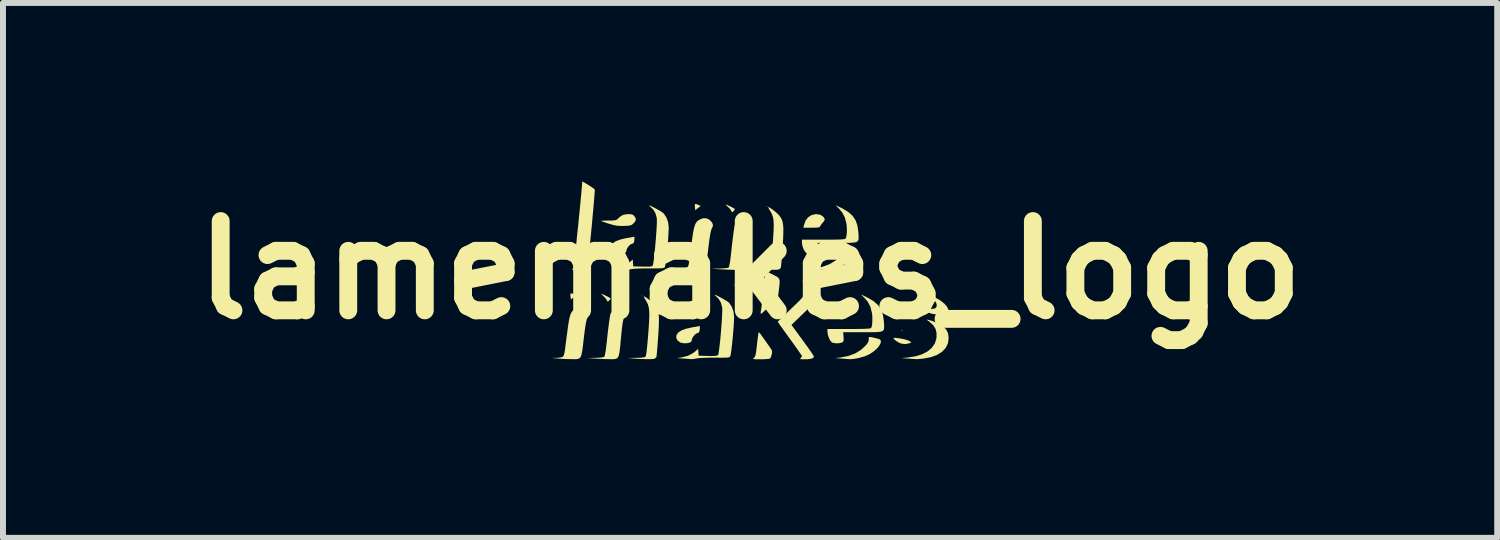
<source format=kicad_pcb>
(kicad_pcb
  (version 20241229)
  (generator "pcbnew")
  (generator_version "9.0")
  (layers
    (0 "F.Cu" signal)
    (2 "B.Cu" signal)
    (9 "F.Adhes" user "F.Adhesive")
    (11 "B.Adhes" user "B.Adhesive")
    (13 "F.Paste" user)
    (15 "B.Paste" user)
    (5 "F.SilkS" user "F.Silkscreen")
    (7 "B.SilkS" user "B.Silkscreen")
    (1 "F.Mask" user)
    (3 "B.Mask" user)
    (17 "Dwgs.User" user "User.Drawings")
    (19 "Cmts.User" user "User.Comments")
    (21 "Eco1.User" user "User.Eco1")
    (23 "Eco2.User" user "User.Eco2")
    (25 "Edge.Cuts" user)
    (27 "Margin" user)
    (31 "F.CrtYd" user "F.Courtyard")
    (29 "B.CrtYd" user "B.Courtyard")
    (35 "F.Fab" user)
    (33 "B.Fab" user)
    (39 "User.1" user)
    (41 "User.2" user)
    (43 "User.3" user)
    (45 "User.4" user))
  (footprint "lamemakes_logo"
    (layer "F.Cu")
    (at 9.55 1.485)
    (property "Reference" "lamemakes_logo" (at 0 0 0) (layer "F.SilkS") (effects (font (size 1.5 1.5) (thickness 0.3))))
    (attr board_only exclude_from_pos_files exclude_from_bom)
    (fp_poly (pts (xy -1.809 0.435) (xy -1.815 0.442) (xy -1.822 0.435) (xy -1.815 0.429)) (stroke (width 0) (type solid)) (fill yes) (layer "F.SilkS"))
    (fp_poly (pts (xy 0.281 -1.065) (xy 0.275 -1.058) (xy 0.268 -1.065) (xy 0.275 -1.072)) (stroke (width 0) (type solid)) (fill yes) (layer "F.SilkS"))
    (fp_poly (pts (xy 2.545 1.011) (xy 2.539 1.018) (xy 2.532 1.011) (xy 2.539 1.005)) (stroke (width 0) (type solid)) (fill yes) (layer "F.SilkS"))
    (fp_poly (pts (xy 2.572 1.011) (xy 2.565 1.018) (xy 2.559 1.011) (xy 2.565 1.005)) (stroke (width 0) (type solid)) (fill yes) (layer "F.SilkS"))
    (fp_poly (pts (xy -2.991 0.395) (xy -2.961 0.406) (xy -2.919 0.424) (xy -2.965 0.46) (xy -3.011 0.495) (xy -3.017 0.442) (xy -3.019 0.406) (xy -3.012 0.392)) (stroke (width 0) (type solid)) (fill yes) (layer "F.SilkS"))
    (fp_poly (pts (xy -0.901 -1.106) (xy -0.872 -1.094) (xy -0.829 -1.076) (xy -0.875 -1.041) (xy -0.922 -1.005) (xy -0.927 -1.059) (xy -0.929 -1.094) (xy -0.922 -1.109)) (stroke (width 0) (type solid)) (fill yes) (layer "F.SilkS"))
    (fp_poly (pts (xy 2.459 1.142) (xy 2.515 1.149) (xy 2.573 1.16) (xy 2.625 1.174) (xy 2.664 1.187) (xy 2.677 1.194) (xy 2.709 1.219) (xy 2.673 1.232) (xy 2.607 1.245) (xy 2.538 1.236) (xy 2.512 1.226) (xy 2.476 1.207) (xy 2.443 1.184) (xy 2.419 1.162) (xy 2.408 1.146) (xy 2.414 1.139)) (stroke (width 0) (type solid)) (fill yes) (layer "F.SilkS"))
    (fp_poly (pts (xy -2.48 0.407) (xy -2.447 0.421) (xy -2.409 0.44) (xy -2.374 0.458) (xy -2.35 0.473) (xy -2.344 0.479) (xy -2.353 0.497) (xy -2.37 0.515) (xy -2.389 0.53) (xy -2.399 0.525) (xy -2.404 0.511) (xy -2.419 0.486) (xy -2.447 0.455) (xy -2.459 0.443) (xy -2.485 0.419) (xy -2.499 0.404) (xy -2.499 0.402)) (stroke (width 0) (type solid)) (fill yes) (layer "F.SilkS"))
    (fp_poly (pts (xy -0.39 -1.093) (xy -0.357 -1.079) (xy -0.319 -1.061) (xy -0.284 -1.042) (xy -0.26 -1.027) (xy -0.255 -1.021) (xy -0.264 -1.004) (xy -0.28 -0.986) (xy -0.299 -0.971) (xy -0.309 -0.975) (xy -0.314 -0.99) (xy -0.329 -1.015) (xy -0.357 -1.046) (xy -0.37 -1.058) (xy -0.396 -1.081) (xy -0.409 -1.096) (xy -0.409 -1.099)) (stroke (width 0) (type solid)) (fill yes) (layer "F.SilkS"))
    (fp_poly (pts (xy 1.177 -0.928) (xy 1.225 -0.898) (xy 1.247 -0.869) (xy 1.254 -0.846) (xy 1.244 -0.824) (xy 1.229 -0.806) (xy 1.201 -0.773) (xy 1.181 -0.741) (xy 1.18 -0.74) (xy 1.171 -0.726) (xy 1.158 -0.718) (xy 1.135 -0.713) (xy 1.097 -0.711) (xy 1.038 -0.71) (xy 1.03 -0.71) (xy 0.895 -0.71) (xy 0.905 -0.754) (xy 0.931 -0.828) (xy 0.975 -0.885) (xy 1.034 -0.923) (xy 1.103 -0.938) (xy 1.111 -0.938)) (stroke (width 0) (type solid)) (fill yes) (layer "F.SilkS"))
    (fp_poly (pts (xy 1.606 0.573) (xy 1.654 0.603) (xy 1.676 0.632) (xy 1.682 0.654) (xy 1.673 0.677) (xy 1.657 0.695) (xy 1.63 0.728) (xy 1.609 0.759) (xy 1.609 0.76) (xy 1.6 0.774) (xy 1.587 0.783) (xy 1.564 0.788) (xy 1.525 0.79) (xy 1.467 0.79) (xy 1.459 0.79) (xy 1.324 0.79) (xy 1.333 0.747) (xy 1.36 0.673) (xy 1.404 0.615) (xy 1.462 0.578) (xy 1.532 0.563) (xy 1.54 0.563)) (stroke (width 0) (type solid)) (fill yes) (layer "F.SilkS"))
    (fp_poly (pts (xy 2.708 0.566) (xy 2.748 0.58) (xy 2.786 0.604) (xy 2.842 0.645) (xy 2.806 0.678) (xy 2.781 0.709) (xy 2.775 0.742) (xy 2.776 0.751) (xy 2.778 0.778) (xy 2.774 0.789) (xy 2.774 0.789) (xy 2.756 0.785) (xy 2.74 0.781) (xy 2.645 0.756) (xy 2.576 0.728) (xy 2.534 0.697) (xy 2.518 0.663) (xy 2.527 0.626) (xy 2.551 0.596) (xy 2.578 0.575) (xy 2.609 0.565) (xy 2.657 0.563)) (stroke (width 0) (type solid)) (fill yes) (layer "F.SilkS"))
    (fp_poly (pts (xy -1.943 -0.522) (xy -1.948 -0.473) (xy -1.964 -0.446) (xy -1.978 -0.442) (xy -2.006 -0.431) (xy -2.036 -0.404) (xy -2.062 -0.37) (xy -2.076 -0.337) (xy -2.076 -0.329) (xy -2.086 -0.298) (xy -2.111 -0.281) (xy -2.164 -0.27) (xy -2.222 -0.271) (xy -2.272 -0.283) (xy -2.277 -0.285) (xy -2.318 -0.318) (xy -2.338 -0.36) (xy -2.334 -0.407) (xy -2.333 -0.411) (xy -2.304 -0.451) (xy -2.255 -0.484) (xy -2.181 -0.511) (xy -2.083 -0.534) (xy -2.076 -0.535) (xy -1.943 -0.559)) (stroke (width 0) (type solid)) (fill yes) (layer "F.SilkS"))
    (fp_poly (pts (xy -0.844 0.979) (xy -0.85 1.028) (xy -0.866 1.054) (xy -0.88 1.058) (xy -0.907 1.069) (xy -0.937 1.096) (xy -0.963 1.13) (xy -0.977 1.164) (xy -0.978 1.172) (xy -0.987 1.203) (xy -1.012 1.219) (xy -1.065 1.231) (xy -1.124 1.23) (xy -1.174 1.218) (xy -1.178 1.215) (xy -1.22 1.183) (xy -1.24 1.14) (xy -1.236 1.093) (xy -1.234 1.089) (xy -1.206 1.05) (xy -1.156 1.017) (xy -1.083 0.989) (xy -0.985 0.966) (xy -0.977 0.965) (xy -0.844 0.941)) (stroke (width 0) (type solid)) (fill yes) (layer "F.SilkS"))
    (fp_poly (pts (xy 3.108 0.462) (xy 3.196 0.512) (xy 3.264 0.566) (xy 3.311 0.621) (xy 3.334 0.675) (xy 3.336 0.695) (xy 3.328 0.721) (xy 3.303 0.737) (xy 3.258 0.746) (xy 3.189 0.749) (xy 3.179 0.749) (xy 3.117 0.746) (xy 3.062 0.737) (xy 3.004 0.719) (xy 2.961 0.703) (xy 2.847 0.658) (xy 2.975 0.657) (xy 3.043 0.655) (xy 3.089 0.65) (xy 3.117 0.639) (xy 3.13 0.62) (xy 3.135 0.592) (xy 3.135 0.586) (xy 3.126 0.553) (xy 3.1 0.513) (xy 3.071 0.48) (xy 3.008 0.412)) (stroke (width 0) (type solid)) (fill yes) (layer "F.SilkS"))
    (fp_poly (pts (xy 0.263 0.019) (xy 0.295 0.034) (xy 0.34 0.056) (xy 0.375 0.074) (xy 0.425 0.099) (xy 0.46 0.119) (xy 0.482 0.14) (xy 0.494 0.167) (xy 0.497 0.204) (xy 0.493 0.257) (xy 0.484 0.33) (xy 0.482 0.349) (xy 0.468 0.462) (xy 0.331 0.599) (xy 0.282 0.648) (xy 0.239 0.69) (xy 0.206 0.72) (xy 0.186 0.735) (xy 0.183 0.737) (xy 0.177 0.726) (xy 0.179 0.7) (xy 0.185 0.665) (xy 0.193 0.61) (xy 0.201 0.542) (xy 0.21 0.465) (xy 0.22 0.382) (xy 0.229 0.299) (xy 0.237 0.22) (xy 0.243 0.15) (xy 0.248 0.093) (xy 0.25 0.054) (xy 0.25 0.039) (xy 0.247 0.018) (xy 0.249 0.013)) (stroke (width 0) (type solid)) (fill yes) (layer "F.SilkS"))
    (fp_poly (pts (xy 1.602 -0.373) (xy 1.648 -0.363) (xy 1.692 -0.352) (xy 1.731 -0.343) (xy 1.732 -0.343) (xy 1.76 -0.327) (xy 1.769 -0.299) (xy 1.76 -0.263) (xy 1.736 -0.221) (xy 1.697 -0.176) (xy 1.648 -0.133) (xy 1.589 -0.093) (xy 1.544 -0.069) (xy 1.482 -0.046) (xy 1.41 -0.025) (xy 1.337 -0.01) (xy 1.272 -0.003) (xy 1.239 -0.003) (xy 1.213 -0.005) (xy 1.17 -0.008) (xy 1.116 -0.012) (xy 1.105 -0.013) (xy 0.998 -0.02) (xy 1.086 -0.029) (xy 1.218 -0.054) (xy 1.336 -0.098) (xy 1.437 -0.16) (xy 1.52 -0.239) (xy 1.527 -0.248) (xy 1.556 -0.291) (xy 1.565 -0.327) (xy 1.564 -0.338) (xy 1.564 -0.362) (xy 1.575 -0.374)) (stroke (width 0) (type solid)) (fill yes) (layer "F.SilkS"))
    (fp_poly (pts (xy 2.03 1.127) (xy 2.076 1.137) (xy 2.12 1.148) (xy 2.16 1.158) (xy 2.16 1.158) (xy 2.189 1.174) (xy 2.198 1.201) (xy 2.189 1.238) (xy 2.164 1.28) (xy 2.126 1.324) (xy 2.077 1.368) (xy 2.018 1.407) (xy 1.972 1.431) (xy 1.911 1.455) (xy 1.839 1.475) (xy 1.766 1.49) (xy 1.701 1.498) (xy 1.668 1.498) (xy 1.642 1.496) (xy 1.598 1.493) (xy 1.545 1.489) (xy 1.534 1.488) (xy 1.427 1.48) (xy 1.515 1.471) (xy 1.646 1.446) (xy 1.764 1.402) (xy 1.866 1.34) (xy 1.949 1.261) (xy 1.956 1.252) (xy 1.985 1.209) (xy 1.994 1.173) (xy 1.993 1.162) (xy 1.992 1.138) (xy 2.003 1.127)) (stroke (width 0) (type solid)) (fill yes) (layer "F.SilkS"))
    (fp_poly (pts (xy -2.001 -0.936) (xy -1.973 -0.929) (xy -1.953 -0.913) (xy -1.943 -0.902) (xy -1.921 -0.866) (xy -1.92 -0.834) (xy -1.942 -0.8) (xy -1.957 -0.784) (xy -1.978 -0.765) (xy -1.999 -0.753) (xy -2.026 -0.746) (xy -2.066 -0.742) (xy -2.121 -0.74) (xy -2.188 -0.74) (xy -2.244 -0.745) (xy -2.3 -0.756) (xy -2.368 -0.776) (xy -2.369 -0.776) (xy -2.423 -0.794) (xy -2.467 -0.809) (xy -2.495 -0.819) (xy -2.502 -0.823) (xy -2.493 -0.826) (xy -2.462 -0.829) (xy -2.416 -0.83) (xy -2.38 -0.831) (xy -2.319 -0.831) (xy -2.278 -0.834) (xy -2.252 -0.839) (xy -2.233 -0.85) (xy -2.221 -0.861) (xy -2.172 -0.904) (xy -2.126 -0.928) (xy -2.07 -0.937) (xy -2.047 -0.938)) (stroke (width 0) (type solid)) (fill yes) (layer "F.SilkS"))
    (fp_poly (pts (xy -0.903 0.564) (xy -0.874 0.571) (xy -0.854 0.587) (xy -0.845 0.598) (xy -0.823 0.635) (xy -0.822 0.667) (xy -0.844 0.701) (xy -0.859 0.717) (xy -0.88 0.736) (xy -0.9 0.748) (xy -0.927 0.755) (xy -0.968 0.758) (xy -1.023 0.76) (xy -1.09 0.76) (xy -1.145 0.755) (xy -1.201 0.744) (xy -1.269 0.725) (xy -1.271 0.724) (xy -1.325 0.707) (xy -1.369 0.692) (xy -1.397 0.681) (xy -1.403 0.678) (xy -1.394 0.674) (xy -1.364 0.672) (xy -1.317 0.67) (xy -1.282 0.67) (xy -1.22 0.669) (xy -1.18 0.667) (xy -1.153 0.661) (xy -1.135 0.651) (xy -1.123 0.64) (xy -1.074 0.596) (xy -1.027 0.573) (xy -0.972 0.563) (xy -0.949 0.563)) (stroke (width 0) (type solid)) (fill yes) (layer "F.SilkS"))
    (fp_poly (pts (xy 0.151 1.048) (xy 0.161 1.059) (xy 0.177 1.079) (xy 0.201 1.113) (xy 0.236 1.161) (xy 0.282 1.227) (xy 0.32 1.28) (xy 0.349 1.323) (xy 0.365 1.352) (xy 0.37 1.376) (xy 0.367 1.403) (xy 0.363 1.419) (xy 0.352 1.457) (xy 0.338 1.484) (xy 0.333 1.489) (xy 0.312 1.493) (xy 0.272 1.497) (xy 0.218 1.5) (xy 0.176 1.5) (xy 0.114 1.5) (xy 0.076 1.499) (xy 0.056 1.496) (xy 0.052 1.491) (xy 0.06 1.482) (xy 0.065 1.477) (xy 0.076 1.464) (xy 0.086 1.445) (xy 0.094 1.414) (xy 0.102 1.368) (xy 0.11 1.301) (xy 0.116 1.249) (xy 0.124 1.179) (xy 0.132 1.119) (xy 0.139 1.074) (xy 0.145 1.049) (xy 0.147 1.045)) (stroke (width 0) (type solid)) (fill yes) (layer "F.SilkS"))
    (fp_poly (pts (xy 2.986 0.836) (xy 3.03 0.848) (xy 3.067 0.86) (xy 3.167 0.9) (xy 3.242 0.946) (xy 3.294 1) (xy 3.325 1.064) (xy 3.335 1.14) (xy 3.335 1.148) (xy 3.323 1.233) (xy 3.286 1.308) (xy 3.227 1.372) (xy 3.146 1.424) (xy 3.046 1.462) (xy 2.927 1.486) (xy 2.914 1.488) (xy 2.861 1.493) (xy 2.817 1.497) (xy 2.79 1.498) (xy 2.786 1.498) (xy 2.764 1.496) (xy 2.723 1.493) (xy 2.671 1.489) (xy 2.653 1.488) (xy 2.539 1.48) (xy 2.646 1.471) (xy 2.774 1.451) (xy 2.886 1.417) (xy 2.978 1.37) (xy 3.05 1.31) (xy 3.101 1.239) (xy 3.128 1.157) (xy 3.132 1.127) (xy 3.131 1.051) (xy 3.114 0.987) (xy 3.078 0.93) (xy 3.021 0.876) (xy 2.974 0.841) (xy 2.968 0.834)) (stroke (width 0) (type solid)) (fill yes) (layer "F.SilkS"))
    (fp_poly (pts (xy -2.129 0.639) (xy -2.104 0.65) (xy -2.067 0.677) (xy -2.055 0.708) (xy -2.069 0.74) (xy -2.081 0.751) (xy -2.098 0.766) (xy -2.112 0.786) (xy -2.123 0.812) (xy -2.133 0.849) (xy -2.142 0.899) (xy -2.151 0.966) (xy -2.16 1.054) (xy -2.171 1.159) (xy -2.18 1.263) (xy -2.189 1.344) (xy -2.198 1.404) (xy -2.209 1.446) (xy -2.225 1.474) (xy -2.247 1.49) (xy -2.276 1.497) (xy -2.315 1.499) (xy -2.366 1.498) (xy -2.376 1.498) (xy -2.451 1.496) (xy -2.536 1.492) (xy -2.612 1.487) (xy -2.619 1.487) (xy -2.74 1.479) (xy -2.606 1.476) (xy -2.547 1.474) (xy -2.497 1.47) (xy -2.463 1.464) (xy -2.452 1.461) (xy -2.445 1.449) (xy -2.438 1.422) (xy -2.429 1.377) (xy -2.42 1.311) (xy -2.409 1.223) (xy -2.397 1.111) (xy -2.397 1.107) (xy -2.386 1.013) (xy -2.375 0.925) (xy -2.365 0.849) (xy -2.355 0.787) (xy -2.347 0.745) (xy -2.342 0.729) (xy -2.305 0.679) (xy -2.252 0.646) (xy -2.191 0.632)) (stroke (width 0) (type solid)) (fill yes) (layer "F.SilkS"))
    (fp_poly (pts (xy -0.039 -0.861) (xy -0.014 -0.851) (xy 0.023 -0.823) (xy 0.035 -0.792) (xy 0.021 -0.761) (xy 0.009 -0.749) (xy -0.008 -0.734) (xy -0.022 -0.715) (xy -0.033 -0.689) (xy -0.043 -0.652) (xy -0.052 -0.602) (xy -0.061 -0.534) (xy -0.071 -0.447) (xy -0.081 -0.342) (xy -0.09 -0.237) (xy -0.099 -0.157) (xy -0.108 -0.097) (xy -0.12 -0.054) (xy -0.135 -0.027) (xy -0.157 -0.01) (xy -0.186 -0.003) (xy -0.225 -0.001) (xy -0.276 -0.002) (xy -0.286 -0.003) (xy -0.361 -0.005) (xy -0.446 -0.009) (xy -0.522 -0.013) (xy -0.529 -0.013) (xy -0.65 -0.022) (xy -0.516 -0.024) (xy -0.457 -0.027) (xy -0.407 -0.031) (xy -0.373 -0.036) (xy -0.362 -0.039) (xy -0.355 -0.051) (xy -0.348 -0.079) (xy -0.339 -0.124) (xy -0.33 -0.189) (xy -0.32 -0.277) (xy -0.307 -0.389) (xy -0.307 -0.393) (xy -0.296 -0.488) (xy -0.285 -0.575) (xy -0.275 -0.652) (xy -0.265 -0.713) (xy -0.257 -0.755) (xy -0.253 -0.772) (xy -0.215 -0.821) (xy -0.162 -0.854) (xy -0.101 -0.868)) (stroke (width 0) (type solid)) (fill yes) (layer "F.SilkS"))
    (fp_poly (pts (xy -2.777 0.652) (xy -2.735 0.695) (xy -2.726 0.71) (xy -2.715 0.738) (xy -2.715 0.761) (xy -2.728 0.792) (xy -2.732 0.8) (xy -2.743 0.827) (xy -2.753 0.869) (xy -2.764 0.928) (xy -2.776 1.007) (xy -2.789 1.109) (xy -2.794 1.152) (xy -2.806 1.257) (xy -2.816 1.339) (xy -2.827 1.4) (xy -2.839 1.444) (xy -2.855 1.472) (xy -2.877 1.489) (xy -2.906 1.497) (xy -2.944 1.499) (xy -2.994 1.498) (xy -3.012 1.498) (xy -3.083 1.496) (xy -3.156 1.493) (xy -3.22 1.488) (xy -3.235 1.487) (xy -3.329 1.478) (xy -3.246 1.476) (xy -3.189 1.471) (xy -3.152 1.46) (xy -3.144 1.454) (xy -3.137 1.446) (xy -3.131 1.437) (xy -3.126 1.423) (xy -3.12 1.401) (xy -3.114 1.367) (xy -3.107 1.32) (xy -3.099 1.255) (xy -3.088 1.17) (xy -3.074 1.062) (xy -3.073 1.058) (xy -3.059 0.951) (xy -3.046 0.866) (xy -3.033 0.801) (xy -3.019 0.753) (xy -3.003 0.717) (xy -2.984 0.69) (xy -2.961 0.668) (xy -2.949 0.66) (xy -2.889 0.634) (xy -2.83 0.631)) (stroke (width 0) (type solid)) (fill yes) (layer "F.SilkS"))
    (fp_poly (pts (xy -1.767 0.45) (xy -1.732 0.472) (xy -1.691 0.502) (xy -1.65 0.536) (xy -1.615 0.568) (xy -1.595 0.591) (xy -1.572 0.625) (xy -1.555 0.66) (xy -1.543 0.7) (xy -1.535 0.747) (xy -1.531 0.807) (xy -1.532 0.881) (xy -1.535 0.974) (xy -1.542 1.09) (xy -1.544 1.117) (xy -1.551 1.209) (xy -1.557 1.292) (xy -1.563 1.363) (xy -1.568 1.418) (xy -1.572 1.453) (xy -1.574 1.463) (xy -1.593 1.483) (xy -1.612 1.492) (xy -1.643 1.496) (xy -1.695 1.498) (xy -1.762 1.497) (xy -1.838 1.495) (xy -1.917 1.49) (xy -1.956 1.487) (xy -2.056 1.478) (xy -1.914 1.476) (xy -1.845 1.474) (xy -1.798 1.47) (xy -1.769 1.463) (xy -1.755 1.454) (xy -1.749 1.433) (xy -1.741 1.388) (xy -1.733 1.318) (xy -1.724 1.226) (xy -1.714 1.113) (xy -1.711 1.075) (xy -1.702 0.951) (xy -1.696 0.851) (xy -1.693 0.77) (xy -1.694 0.705) (xy -1.698 0.653) (xy -1.707 0.61) (xy -1.719 0.572) (xy -1.736 0.537) (xy -1.754 0.506) (xy -1.775 0.471) (xy -1.787 0.448) (xy -1.788 0.442)) (stroke (width 0) (type solid)) (fill yes) (layer "F.SilkS"))
    (fp_poly (pts (xy 0.323 -1.05) (xy 0.358 -1.028) (xy 0.399 -0.998) (xy 0.44 -0.964) (xy 0.475 -0.932) (xy 0.495 -0.909) (xy 0.518 -0.875) (xy 0.535 -0.84) (xy 0.547 -0.801) (xy 0.555 -0.753) (xy 0.559 -0.694) (xy 0.558 -0.619) (xy 0.555 -0.526) (xy 0.548 -0.41) (xy 0.546 -0.383) (xy 0.539 -0.292) (xy 0.533 -0.208) (xy 0.527 -0.137) (xy 0.522 -0.083) (xy 0.518 -0.048) (xy 0.516 -0.038) (xy 0.497 -0.017) (xy 0.478 -0.008) (xy 0.447 -0.004) (xy 0.395 -0.003) (xy 0.328 -0.003) (xy 0.252 -0.006) (xy 0.172 -0.01) (xy 0.134 -0.013) (xy 0.033 -0.022) (xy 0.176 -0.024) (xy 0.245 -0.027) (xy 0.292 -0.031) (xy 0.321 -0.038) (xy 0.335 -0.047) (xy 0.341 -0.067) (xy 0.349 -0.113) (xy 0.357 -0.182) (xy 0.366 -0.274) (xy 0.376 -0.388) (xy 0.379 -0.425) (xy 0.388 -0.549) (xy 0.394 -0.65) (xy 0.397 -0.731) (xy 0.396 -0.796) (xy 0.392 -0.848) (xy 0.383 -0.891) (xy 0.371 -0.928) (xy 0.354 -0.964) (xy 0.336 -0.994) (xy 0.315 -1.029) (xy 0.303 -1.052) (xy 0.302 -1.058)) (stroke (width 0) (type solid)) (fill yes) (layer "F.SilkS"))
    (fp_poly (pts (xy -0.687 -0.848) (xy -0.645 -0.805) (xy -0.636 -0.79) (xy -0.625 -0.763) (xy -0.625 -0.74) (xy -0.638 -0.708) (xy -0.642 -0.701) (xy -0.653 -0.673) (xy -0.664 -0.632) (xy -0.674 -0.573) (xy -0.686 -0.493) (xy -0.699 -0.391) (xy -0.704 -0.348) (xy -0.716 -0.249) (xy -0.725 -0.173) (xy -0.734 -0.117) (xy -0.741 -0.077) (xy -0.749 -0.051) (xy -0.757 -0.034) (xy -0.766 -0.023) (xy -0.781 -0.014) (xy -0.805 -0.008) (xy -0.84 -0.004) (xy -0.89 -0.002) (xy -0.957 -0.003) (xy -1.043 -0.006) (xy -1.152 -0.011) (xy -1.206 -0.013) (xy -1.36 -0.021) (xy -1.217 -0.024) (xy -1.145 -0.027) (xy -1.096 -0.031) (xy -1.066 -0.039) (xy -1.054 -0.047) (xy -1.047 -0.054) (xy -1.041 -0.063) (xy -1.036 -0.078) (xy -1.03 -0.1) (xy -1.025 -0.133) (xy -1.017 -0.181) (xy -1.009 -0.245) (xy -0.998 -0.33) (xy -0.984 -0.439) (xy -0.984 -0.442) (xy -0.969 -0.55) (xy -0.956 -0.634) (xy -0.943 -0.699) (xy -0.929 -0.748) (xy -0.913 -0.784) (xy -0.894 -0.811) (xy -0.871 -0.832) (xy -0.859 -0.84) (xy -0.799 -0.867) (xy -0.74 -0.869)) (stroke (width 0) (type solid)) (fill yes) (layer "F.SilkS"))
    (fp_poly (pts (xy -2.816 -1.484) (xy -2.793 -1.473) (xy -2.753 -1.45) (xy -2.715 -1.427) (xy -2.669 -1.397) (xy -2.633 -1.372) (xy -2.612 -1.354) (xy -2.609 -1.35) (xy -2.609 -1.333) (xy -2.612 -1.293) (xy -2.616 -1.231) (xy -2.623 -1.151) (xy -2.631 -1.055) (xy -2.641 -0.945) (xy -2.652 -0.824) (xy -2.664 -0.696) (xy -2.665 -0.689) (xy -2.681 -0.521) (xy -2.695 -0.38) (xy -2.708 -0.263) (xy -2.719 -0.17) (xy -2.728 -0.101) (xy -2.736 -0.053) (xy -2.742 -0.027) (xy -2.745 -0.022) (xy -2.76 -0.011) (xy -2.786 -0.004) (xy -2.829 -0.001) (xy -2.883 0) (xy -2.939 -0.0004) (xy -2.973 -0.002) (xy -2.988 -0.006) (xy -2.988 -0.013) (xy -2.982 -0.021) (xy -2.965 -0.039) (xy -2.961 -0.045) (xy -2.959 -0.058) (xy -2.955 -0.096) (xy -2.949 -0.155) (xy -2.941 -0.234) (xy -2.931 -0.33) (xy -2.92 -0.439) (xy -2.908 -0.561) (xy -2.894 -0.692) (xy -2.887 -0.756) (xy -2.874 -0.891) (xy -2.861 -1.018) (xy -2.85 -1.135) (xy -2.84 -1.238) (xy -2.832 -1.326) (xy -2.826 -1.396) (xy -2.822 -1.446) (xy -2.821 -1.472) (xy -2.821 -1.476) (xy -2.825 -1.485)) (stroke (width 0) (type solid)) (fill yes) (layer "F.SilkS"))
    (fp_poly (pts (xy 1.455 -1.079) (xy 1.487 -1.064) (xy 1.531 -1.043) (xy 1.551 -1.033) (xy 1.648 -0.975) (xy 1.72 -0.911) (xy 1.771 -0.836) (xy 1.803 -0.746) (xy 1.818 -0.638) (xy 1.819 -0.629) (xy 1.822 -0.578) (xy 1.823 -0.537) (xy 1.82 -0.507) (xy 1.809 -0.485) (xy 1.787 -0.47) (xy 1.752 -0.462) (xy 1.7 -0.457) (xy 1.629 -0.455) (xy 1.536 -0.455) (xy 1.465 -0.455) (xy 1.135 -0.455) (xy 1.141 -0.376) (xy 1.144 -0.331) (xy 1.141 -0.305) (xy 1.131 -0.291) (xy 1.115 -0.282) (xy 1.075 -0.272) (xy 1.025 -0.269) (xy 0.977 -0.273) (xy 0.947 -0.283) (xy 0.921 -0.309) (xy 0.897 -0.353) (xy 0.879 -0.404) (xy 0.871 -0.453) (xy 0.871 -0.459) (xy 0.871 -0.509) (xy 1.231 -0.509) (xy 1.346 -0.509) (xy 1.437 -0.51) (xy 1.506 -0.512) (xy 1.554 -0.515) (xy 1.586 -0.519) (xy 1.602 -0.524) (xy 1.604 -0.526) (xy 1.615 -0.554) (xy 1.623 -0.601) (xy 1.626 -0.66) (xy 1.624 -0.724) (xy 1.619 -0.774) (xy 1.593 -0.879) (xy 1.546 -0.969) (xy 1.488 -1.036) (xy 1.459 -1.063) (xy 1.443 -1.081) (xy 1.44 -1.085)) (stroke (width 0) (type solid)) (fill yes) (layer "F.SilkS"))
    (fp_poly (pts (xy 1.883 0.421) (xy 1.916 0.436) (xy 1.96 0.458) (xy 1.98 0.468) (xy 2.076 0.525) (xy 2.149 0.59) (xy 2.2 0.665) (xy 2.232 0.754) (xy 2.247 0.862) (xy 2.247 0.871) (xy 2.251 0.923) (xy 2.252 0.963) (xy 2.249 0.994) (xy 2.237 1.015) (xy 2.216 1.03) (xy 2.18 1.039) (xy 2.129 1.043) (xy 2.058 1.045) (xy 1.965 1.045) (xy 1.894 1.045) (xy 1.564 1.045) (xy 1.57 1.124) (xy 1.572 1.169) (xy 1.569 1.195) (xy 1.56 1.209) (xy 1.544 1.218) (xy 1.504 1.229) (xy 1.453 1.232) (xy 1.405 1.227) (xy 1.375 1.217) (xy 1.35 1.191) (xy 1.326 1.148) (xy 1.308 1.096) (xy 1.3 1.047) (xy 1.3 1.042) (xy 1.299 0.991) (xy 1.66 0.991) (xy 1.775 0.991) (xy 1.866 0.99) (xy 1.934 0.988) (xy 1.983 0.985) (xy 2.014 0.982) (xy 2.03 0.977) (xy 2.033 0.975) (xy 2.044 0.947) (xy 2.051 0.899) (xy 2.054 0.84) (xy 2.053 0.777) (xy 2.048 0.726) (xy 2.022 0.622) (xy 1.975 0.531) (xy 1.917 0.465) (xy 1.888 0.438) (xy 1.871 0.42) (xy 1.869 0.415)) (stroke (width 0) (type solid)) (fill yes) (layer "F.SilkS"))
    (fp_poly (pts (xy 0.909 0.396) (xy 0.945 0.413) (xy 0.992 0.436) (xy 1.038 0.461) (xy 1.074 0.485) (xy 1.094 0.503) (xy 1.095 0.506) (xy 1.092 0.519) (xy 1.077 0.542) (xy 1.047 0.577) (xy 1.001 0.626) (xy 0.937 0.689) (xy 0.899 0.725) (xy 0.695 0.923) (xy 0.883 1.18) (xy 0.936 1.253) (xy 0.984 1.319) (xy 1.023 1.376) (xy 1.052 1.419) (xy 1.069 1.447) (xy 1.072 1.455) (xy 1.06 1.477) (xy 1.023 1.492) (xy 0.961 1.5) (xy 0.924 1.5) (xy 0.875 1.5) (xy 0.849 1.498) (xy 0.841 1.492) (xy 0.847 1.482) (xy 0.85 1.479) (xy 0.867 1.458) (xy 0.871 1.446) (xy 0.863 1.432) (xy 0.842 1.4) (xy 0.809 1.353) (xy 0.768 1.294) (xy 0.719 1.226) (xy 0.692 1.189) (xy 0.639 1.116) (xy 0.59 1.048) (xy 0.548 0.989) (xy 0.515 0.943) (xy 0.493 0.913) (xy 0.489 0.906) (xy 0.464 0.868) (xy 0.691 0.65) (xy 0.763 0.58) (xy 0.818 0.527) (xy 0.857 0.486) (xy 0.883 0.457) (xy 0.898 0.437) (xy 0.903 0.423) (xy 0.901 0.414) (xy 0.899 0.411) (xy 0.888 0.396) (xy 0.891 0.39)) (stroke (width 0) (type solid)) (fill yes) (layer "F.SilkS"))
    (fp_poly (pts (xy -1.675 -1.079) (xy -1.638 -1.061) (xy -1.592 -1.037) (xy -1.544 -1.01) (xy -1.499 -0.984) (xy -1.465 -0.961) (xy -1.451 -0.949) (xy -1.406 -0.883) (xy -1.377 -0.802) (xy -1.367 -0.717) (xy -1.369 -0.657) (xy -1.373 -0.584) (xy -1.378 -0.502) (xy -1.386 -0.416) (xy -1.394 -0.329) (xy -1.402 -0.246) (xy -1.411 -0.173) (xy -1.419 -0.112) (xy -1.427 -0.069) (xy -1.433 -0.047) (xy -1.434 -0.047) (xy -1.444 -0.038) (xy -1.46 -0.033) (xy -1.487 -0.029) (xy -1.529 -0.027) (xy -1.59 -0.026) (xy -1.673 -0.027) (xy -1.681 -0.027) (xy -1.763 -0.027) (xy -1.843 -0.025) (xy -1.913 -0.022) (xy -1.967 -0.018) (xy -1.989 -0.015) (xy -2.034 -0.007) (xy -2.069 -0.003) (xy -2.083 -0.003) (xy -2.102 -0.005) (xy -2.14 -0.008) (xy -2.191 -0.011) (xy -2.21 -0.013) (xy -2.324 -0.02) (xy -2.251 -0.031) (xy -2.144 -0.058) (xy -2.054 -0.106) (xy -2.02 -0.133) (xy -1.971 -0.176) (xy -1.967 -0.118) (xy -1.963 -0.06) (xy -1.807 -0.057) (xy -1.734 -0.056) (xy -1.683 -0.057) (xy -1.652 -0.062) (xy -1.637 -0.07) (xy -1.637 -0.07) (xy -1.631 -0.09) (xy -1.623 -0.132) (xy -1.615 -0.192) (xy -1.607 -0.267) (xy -1.598 -0.351) (xy -1.59 -0.441) (xy -1.582 -0.533) (xy -1.576 -0.622) (xy -1.57 -0.705) (xy -1.567 -0.776) (xy -1.566 -0.832) (xy -1.567 -0.868) (xy -1.568 -0.874) (xy -1.59 -0.952) (xy -1.624 -1.012) (xy -1.662 -1.05) (xy -1.686 -1.072) (xy -1.696 -1.084) (xy -1.695 -1.085)) (stroke (width 0) (type solid)) (fill yes) (layer "F.SilkS"))
    (fp_poly (pts (xy -0.576 0.422) (xy -0.54 0.439) (xy -0.494 0.463) (xy -0.445 0.49) (xy -0.401 0.517) (xy -0.367 0.539) (xy -0.352 0.551) (xy -0.308 0.617) (xy -0.279 0.698) (xy -0.269 0.784) (xy -0.27 0.843) (xy -0.274 0.916) (xy -0.28 0.998) (xy -0.287 1.085) (xy -0.295 1.171) (xy -0.304 1.254) (xy -0.312 1.328) (xy -0.321 1.389) (xy -0.328 1.432) (xy -0.335 1.453) (xy -0.335 1.454) (xy -0.345 1.462) (xy -0.362 1.468) (xy -0.389 1.472) (xy -0.431 1.473) (xy -0.491 1.474) (xy -0.574 1.473) (xy -0.582 1.473) (xy -0.665 1.473) (xy -0.744 1.475) (xy -0.815 1.478) (xy -0.869 1.482) (xy -0.891 1.485) (xy -0.936 1.493) (xy -0.97 1.497) (xy -0.985 1.498) (xy -1.003 1.496) (xy -1.042 1.493) (xy -1.093 1.489) (xy -1.112 1.488) (xy -1.226 1.48) (xy -1.152 1.469) (xy -1.045 1.442) (xy -0.955 1.394) (xy -0.921 1.368) (xy -0.872 1.325) (xy -0.868 1.383) (xy -0.864 1.44) (xy -0.709 1.444) (xy -0.635 1.445) (xy -0.585 1.443) (xy -0.554 1.438) (xy -0.539 1.43) (xy -0.539 1.43) (xy -0.532 1.411) (xy -0.525 1.369) (xy -0.517 1.308) (xy -0.508 1.234) (xy -0.499 1.149) (xy -0.491 1.059) (xy -0.484 0.967) (xy -0.477 0.878) (xy -0.472 0.796) (xy -0.469 0.725) (xy -0.467 0.669) (xy -0.469 0.633) (xy -0.469 0.626) (xy -0.491 0.548) (xy -0.526 0.488) (xy -0.563 0.45) (xy -0.587 0.429) (xy -0.598 0.416) (xy -0.597 0.415)) (stroke (width 0) (type solid)) (fill yes) (layer "F.SilkS")))
  (gr_rect
    (start -3 -3)
    (end 22.1 5.985)
    (stroke (width 0.1) (type default))
    (fill no)
    (layer "Edge.Cuts")))
</source>
